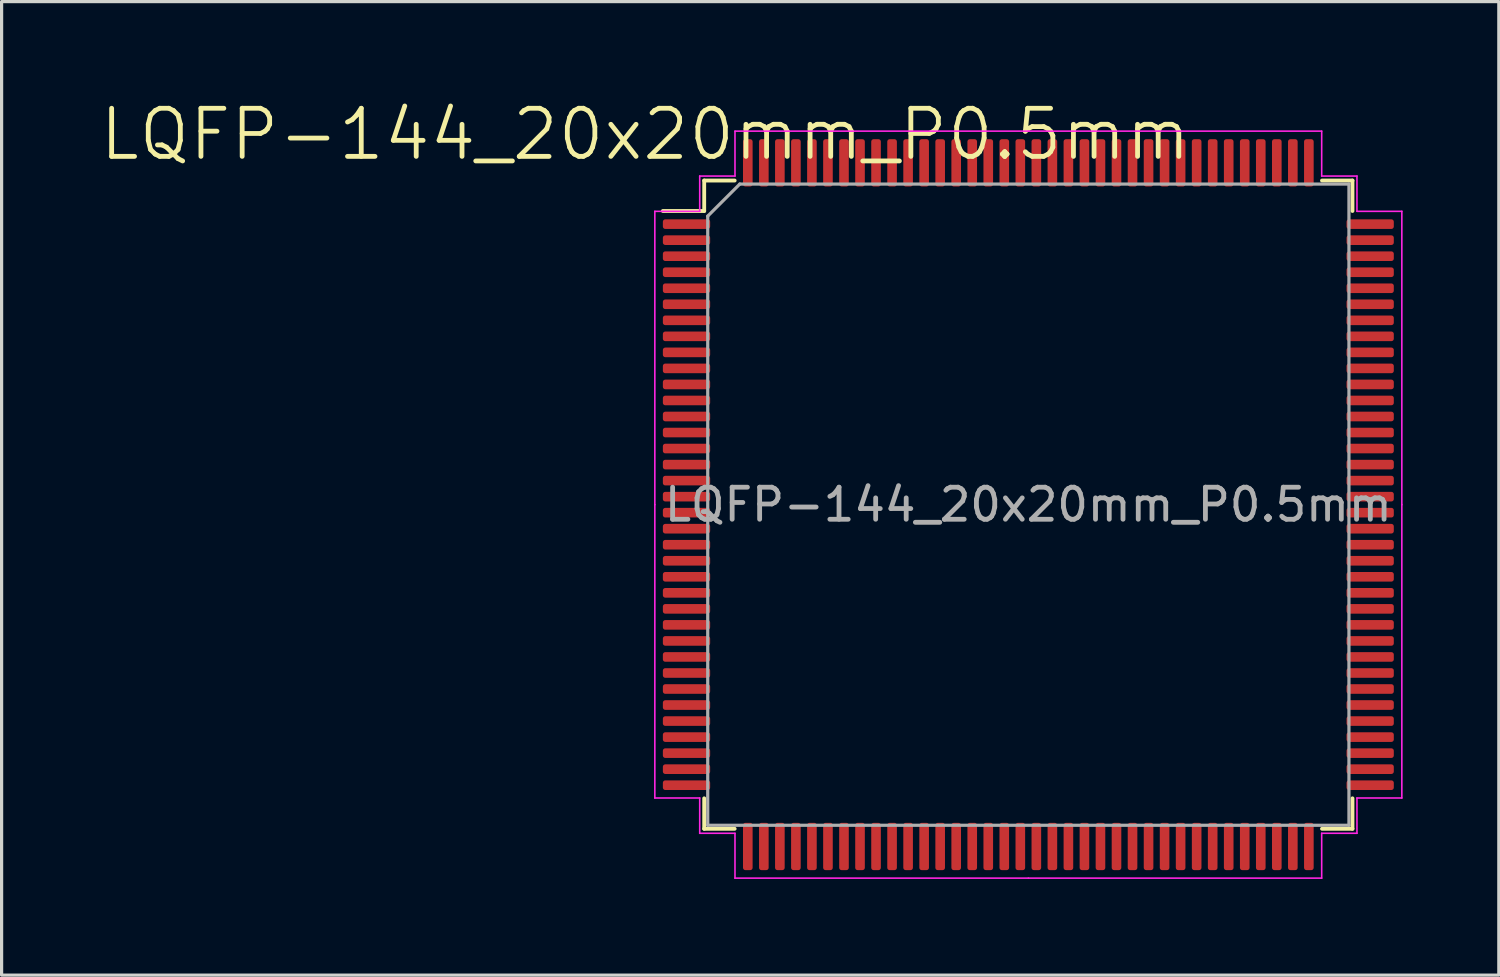
<source format=kicad_pcb>
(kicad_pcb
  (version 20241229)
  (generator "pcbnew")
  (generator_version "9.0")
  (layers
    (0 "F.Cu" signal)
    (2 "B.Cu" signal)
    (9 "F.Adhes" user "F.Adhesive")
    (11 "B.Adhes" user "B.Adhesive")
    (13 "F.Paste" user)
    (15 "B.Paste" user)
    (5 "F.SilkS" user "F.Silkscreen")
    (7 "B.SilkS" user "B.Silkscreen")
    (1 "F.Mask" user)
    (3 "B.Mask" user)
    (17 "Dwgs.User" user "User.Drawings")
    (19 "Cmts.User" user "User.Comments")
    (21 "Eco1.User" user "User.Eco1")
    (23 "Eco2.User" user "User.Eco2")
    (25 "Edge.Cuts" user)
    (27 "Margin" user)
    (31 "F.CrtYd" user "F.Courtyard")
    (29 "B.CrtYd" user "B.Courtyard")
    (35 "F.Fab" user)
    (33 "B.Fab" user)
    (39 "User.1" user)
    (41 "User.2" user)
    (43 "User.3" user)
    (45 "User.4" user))
  (footprint "LQFP-144_20x20mm_P0.5mm"
    (layer "F.Cu")
    (at 29.025 12.691)
    (property "Reference" "LQFP-144_20x20mm_P0.5mm" (at -11.95 -11.55 0) (layer "F.SilkS") (effects (font (size 1.5 1.5) (thickness 0.15))))
    (attr smd)
    (fp_line (start -11.4 -9.16) (end -10.11 -9.16) (stroke (width 0.12) (type solid)) (layer "F.SilkS"))
    (fp_line (start -10.11 -10.11) (end -9.16 -10.11) (stroke (width 0.12) (type solid)) (layer "F.SilkS"))
    (fp_line (start -10.11 -9.16) (end -10.11 -10.11) (stroke (width 0.12) (type solid)) (layer "F.SilkS"))
    (fp_line (start -10.11 9.16) (end -10.11 10.11) (stroke (width 0.12) (type solid)) (layer "F.SilkS"))
    (fp_line (start -10.11 10.11) (end -9.16 10.11) (stroke (width 0.12) (type solid)) (layer "F.SilkS"))
    (fp_line (start 10.11 -10.11) (end 9.16 -10.11) (stroke (width 0.12) (type solid)) (layer "F.SilkS"))
    (fp_line (start 10.11 -9.16) (end 10.11 -10.11) (stroke (width 0.12) (type solid)) (layer "F.SilkS"))
    (fp_line (start 10.11 9.16) (end 10.11 10.11) (stroke (width 0.12) (type solid)) (layer "F.SilkS"))
    (fp_line (start 10.11 10.11) (end 9.16 10.11) (stroke (width 0.12) (type solid)) (layer "F.SilkS"))
    (fp_line (start -11.65 -9.15) (end -10.25 -9.15) (stroke (width 0.05) (type solid)) (layer "F.CrtYd"))
    (fp_line (start -11.65 0) (end -11.65 -9.15) (stroke (width 0.05) (type solid)) (layer "F.CrtYd"))
    (fp_line (start -11.65 0) (end -11.65 9.15) (stroke (width 0.05) (type solid)) (layer "F.CrtYd"))
    (fp_line (start -11.65 9.15) (end -10.25 9.15) (stroke (width 0.05) (type solid)) (layer "F.CrtYd"))
    (fp_line (start -10.25 -10.25) (end -9.15 -10.25) (stroke (width 0.05) (type solid)) (layer "F.CrtYd"))
    (fp_line (start -10.25 -9.15) (end -10.25 -10.25) (stroke (width 0.05) (type solid)) (layer "F.CrtYd"))
    (fp_line (start -10.25 9.15) (end -10.25 10.25) (stroke (width 0.05) (type solid)) (layer "F.CrtYd"))
    (fp_line (start -10.25 10.25) (end -9.15 10.25) (stroke (width 0.05) (type solid)) (layer "F.CrtYd"))
    (fp_line (start -9.15 -11.65) (end 0 -11.65) (stroke (width 0.05) (type solid)) (layer "F.CrtYd"))
    (fp_line (start -9.15 -10.25) (end -9.15 -11.65) (stroke (width 0.05) (type solid)) (layer "F.CrtYd"))
    (fp_line (start -9.15 10.25) (end -9.15 11.65) (stroke (width 0.05) (type solid)) (layer "F.CrtYd"))
    (fp_line (start -9.15 11.65) (end 0 11.65) (stroke (width 0.05) (type solid)) (layer "F.CrtYd"))
    (fp_line (start 9.15 -11.65) (end 0 -11.65) (stroke (width 0.05) (type solid)) (layer "F.CrtYd"))
    (fp_line (start 9.15 -10.25) (end 9.15 -11.65) (stroke (width 0.05) (type solid)) (layer "F.CrtYd"))
    (fp_line (start 9.15 10.25) (end 9.15 11.65) (stroke (width 0.05) (type solid)) (layer "F.CrtYd"))
    (fp_line (start 9.15 11.65) (end 0 11.65) (stroke (width 0.05) (type solid)) (layer "F.CrtYd"))
    (fp_line (start 10.25 -10.25) (end 9.15 -10.25) (stroke (width 0.05) (type solid)) (layer "F.CrtYd"))
    (fp_line (start 10.25 -9.15) (end 10.25 -10.25) (stroke (width 0.05) (type solid)) (layer "F.CrtYd"))
    (fp_line (start 10.25 9.15) (end 10.25 10.25) (stroke (width 0.05) (type solid)) (layer "F.CrtYd"))
    (fp_line (start 10.25 10.25) (end 9.15 10.25) (stroke (width 0.05) (type solid)) (layer "F.CrtYd"))
    (fp_line (start 11.65 -9.15) (end 10.25 -9.15) (stroke (width 0.05) (type solid)) (layer "F.CrtYd"))
    (fp_line (start 11.65 0) (end 11.65 -9.15) (stroke (width 0.05) (type solid)) (layer "F.CrtYd"))
    (fp_line (start 11.65 0) (end 11.65 9.15) (stroke (width 0.05) (type solid)) (layer "F.CrtYd"))
    (fp_line (start 11.65 9.15) (end 10.25 9.15) (stroke (width 0.05) (type solid)) (layer "F.CrtYd"))
    (fp_line (start -10 -9) (end -10 10) (stroke (width 0.1) (type solid)) (layer "F.Fab"))
    (fp_line (start -10 10) (end 10 10) (stroke (width 0.1) (type solid)) (layer "F.Fab"))
    (fp_line (start -9 -10) (end -10 -9) (stroke (width 0.1) (type solid)) (layer "F.Fab"))
    (fp_line (start 10 -10) (end -9 -10) (stroke (width 0.1) (type solid)) (layer "F.Fab"))
    (fp_line (start 10 10) (end 10 -10) (stroke (width 0.1) (type solid)) (layer "F.Fab"))
    (fp_text user "${REFERENCE}" (at 0 0 0) (layer "F.Fab") (effects (font (size 1 1) (thickness 0.15))))
    (pad "1" smd roundrect (at -10.662 -8.75 180) (size 1.475 0.3) (layers "F.Cu" "F.Mask" "F.Paste") (roundrect_rratio 0.25))
    (pad "2" smd roundrect (at -10.662 -8.25 180) (size 1.475 0.3) (layers "F.Cu" "F.Mask" "F.Paste") (roundrect_rratio 0.25))
    (pad "3" smd roundrect (at -10.662 -7.75 180) (size 1.475 0.3) (layers "F.Cu" "F.Mask" "F.Paste") (roundrect_rratio 0.25))
    (pad "4" smd roundrect (at -10.662 -7.25 180) (size 1.475 0.3) (layers "F.Cu" "F.Mask" "F.Paste") (roundrect_rratio 0.25))
    (pad "5" smd roundrect (at -10.662 -6.75 180) (size 1.475 0.3) (layers "F.Cu" "F.Mask" "F.Paste") (roundrect_rratio 0.25))
    (pad "6" smd roundrect (at -10.662 -6.25 180) (size 1.475 0.3) (layers "F.Cu" "F.Mask" "F.Paste") (roundrect_rratio 0.25))
    (pad "7" smd roundrect (at -10.662 -5.75 180) (size 1.475 0.3) (layers "F.Cu" "F.Mask" "F.Paste") (roundrect_rratio 0.25))
    (pad "8" smd roundrect (at -10.662 -5.25 180) (size 1.475 0.3) (layers "F.Cu" "F.Mask" "F.Paste") (roundrect_rratio 0.25))
    (pad "9" smd roundrect (at -10.662 -4.75 180) (size 1.475 0.3) (layers "F.Cu" "F.Mask" "F.Paste") (roundrect_rratio 0.25))
    (pad "10" smd roundrect (at -10.662 -4.25 180) (size 1.475 0.3) (layers "F.Cu" "F.Mask" "F.Paste") (roundrect_rratio 0.25))
    (pad "11" smd roundrect (at -10.662 -3.75 180) (size 1.475 0.3) (layers "F.Cu" "F.Mask" "F.Paste") (roundrect_rratio 0.25))
    (pad "12" smd roundrect (at -10.662 -3.25 180) (size 1.475 0.3) (layers "F.Cu" "F.Mask" "F.Paste") (roundrect_rratio 0.25))
    (pad "13" smd roundrect (at -10.662 -2.75 180) (size 1.475 0.3) (layers "F.Cu" "F.Mask" "F.Paste") (roundrect_rratio 0.25))
    (pad "14" smd roundrect (at -10.662 -2.25 180) (size 1.475 0.3) (layers "F.Cu" "F.Mask" "F.Paste") (roundrect_rratio 0.25))
    (pad "15" smd roundrect (at -10.662 -1.75 180) (size 1.475 0.3) (layers "F.Cu" "F.Mask" "F.Paste") (roundrect_rratio 0.25))
    (pad "16" smd roundrect (at -10.662 -1.25 180) (size 1.475 0.3) (layers "F.Cu" "F.Mask" "F.Paste") (roundrect_rratio 0.25))
    (pad "17" smd roundrect (at -10.662 -0.75 180) (size 1.475 0.3) (layers "F.Cu" "F.Mask" "F.Paste") (roundrect_rratio 0.25))
    (pad "18" smd roundrect (at -10.662 -0.25 180) (size 1.475 0.3) (layers "F.Cu" "F.Mask" "F.Paste") (roundrect_rratio 0.25))
    (pad "19" smd roundrect (at -10.662 0.25 180) (size 1.475 0.3) (layers "F.Cu" "F.Mask" "F.Paste") (roundrect_rratio 0.25))
    (pad "20" smd roundrect (at -10.662 0.75 180) (size 1.475 0.3) (layers "F.Cu" "F.Mask" "F.Paste") (roundrect_rratio 0.25))
    (pad "21" smd roundrect (at -10.662 1.25 180) (size 1.475 0.3) (layers "F.Cu" "F.Mask" "F.Paste") (roundrect_rratio 0.25))
    (pad "22" smd roundrect (at -10.662 1.75 180) (size 1.475 0.3) (layers "F.Cu" "F.Mask" "F.Paste") (roundrect_rratio 0.25))
    (pad "23" smd roundrect (at -10.662 2.25 180) (size 1.475 0.3) (layers "F.Cu" "F.Mask" "F.Paste") (roundrect_rratio 0.25))
    (pad "24" smd roundrect (at -10.662 2.75 180) (size 1.475 0.3) (layers "F.Cu" "F.Mask" "F.Paste") (roundrect_rratio 0.25))
    (pad "25" smd roundrect (at -10.662 3.25 180) (size 1.475 0.3) (layers "F.Cu" "F.Mask" "F.Paste") (roundrect_rratio 0.25))
    (pad "26" smd roundrect (at -10.662 3.75 180) (size 1.475 0.3) (layers "F.Cu" "F.Mask" "F.Paste") (roundrect_rratio 0.25))
    (pad "27" smd roundrect (at -10.662 4.25 180) (size 1.475 0.3) (layers "F.Cu" "F.Mask" "F.Paste") (roundrect_rratio 0.25))
    (pad "28" smd roundrect (at -10.662 4.75 180) (size 1.475 0.3) (layers "F.Cu" "F.Mask" "F.Paste") (roundrect_rratio 0.25))
    (pad "29" smd roundrect (at -10.662 5.25 180) (size 1.475 0.3) (layers "F.Cu" "F.Mask" "F.Paste") (roundrect_rratio 0.25))
    (pad "30" smd roundrect (at -10.662 5.75 180) (size 1.475 0.3) (layers "F.Cu" "F.Mask" "F.Paste") (roundrect_rratio 0.25))
    (pad "31" smd roundrect (at -10.662 6.25 180) (size 1.475 0.3) (layers "F.Cu" "F.Mask" "F.Paste") (roundrect_rratio 0.25))
    (pad "32" smd roundrect (at -10.662 6.75 180) (size 1.475 0.3) (layers "F.Cu" "F.Mask" "F.Paste") (roundrect_rratio 0.25))
    (pad "33" smd roundrect (at -10.662 7.25 180) (size 1.475 0.3) (layers "F.Cu" "F.Mask" "F.Paste") (roundrect_rratio 0.25))
    (pad "34" smd roundrect (at -10.662 7.75 180) (size 1.475 0.3) (layers "F.Cu" "F.Mask" "F.Paste") (roundrect_rratio 0.25))
    (pad "35" smd roundrect (at -10.662 8.25 180) (size 1.475 0.3) (layers "F.Cu" "F.Mask" "F.Paste") (roundrect_rratio 0.25))
    (pad "36" smd roundrect (at -10.662 8.75 180) (size 1.475 0.3) (layers "F.Cu" "F.Mask" "F.Paste") (roundrect_rratio 0.25))
    (pad "37" smd roundrect (at -8.75 10.662 180) (size 0.3 1.475) (layers "F.Cu" "F.Mask" "F.Paste") (roundrect_rratio 0.25))
    (pad "38" smd roundrect (at -8.25 10.662 180) (size 0.3 1.475) (layers "F.Cu" "F.Mask" "F.Paste") (roundrect_rratio 0.25))
    (pad "39" smd roundrect (at -7.75 10.662 180) (size 0.3 1.475) (layers "F.Cu" "F.Mask" "F.Paste") (roundrect_rratio 0.25))
    (pad "40" smd roundrect (at -7.25 10.662 180) (size 0.3 1.475) (layers "F.Cu" "F.Mask" "F.Paste") (roundrect_rratio 0.25))
    (pad "41" smd roundrect (at -6.75 10.662 180) (size 0.3 1.475) (layers "F.Cu" "F.Mask" "F.Paste") (roundrect_rratio 0.25))
    (pad "42" smd roundrect (at -6.25 10.662 180) (size 0.3 1.475) (layers "F.Cu" "F.Mask" "F.Paste") (roundrect_rratio 0.25))
    (pad "43" smd roundrect (at -5.75 10.662 180) (size 0.3 1.475) (layers "F.Cu" "F.Mask" "F.Paste") (roundrect_rratio 0.25))
    (pad "44" smd roundrect (at -5.25 10.662 180) (size 0.3 1.475) (layers "F.Cu" "F.Mask" "F.Paste") (roundrect_rratio 0.25))
    (pad "45" smd roundrect (at -4.75 10.662 180) (size 0.3 1.475) (layers "F.Cu" "F.Mask" "F.Paste") (roundrect_rratio 0.25))
    (pad "46" smd roundrect (at -4.25 10.662 180) (size 0.3 1.475) (layers "F.Cu" "F.Mask" "F.Paste") (roundrect_rratio 0.25))
    (pad "47" smd roundrect (at -3.75 10.662 180) (size 0.3 1.475) (layers "F.Cu" "F.Mask" "F.Paste") (roundrect_rratio 0.25))
    (pad "48" smd roundrect (at -3.25 10.662 180) (size 0.3 1.475) (layers "F.Cu" "F.Mask" "F.Paste") (roundrect_rratio 0.25))
    (pad "49" smd roundrect (at -2.75 10.662 180) (size 0.3 1.475) (layers "F.Cu" "F.Mask" "F.Paste") (roundrect_rratio 0.25))
    (pad "50" smd roundrect (at -2.25 10.662 180) (size 0.3 1.475) (layers "F.Cu" "F.Mask" "F.Paste") (roundrect_rratio 0.25))
    (pad "51" smd roundrect (at -1.75 10.662 180) (size 0.3 1.475) (layers "F.Cu" "F.Mask" "F.Paste") (roundrect_rratio 0.25))
    (pad "52" smd roundrect (at -1.25 10.662 180) (size 0.3 1.475) (layers "F.Cu" "F.Mask" "F.Paste") (roundrect_rratio 0.25))
    (pad "53" smd roundrect (at -0.75 10.662 180) (size 0.3 1.475) (layers "F.Cu" "F.Mask" "F.Paste") (roundrect_rratio 0.25))
    (pad "54" smd roundrect (at -0.25 10.662 180) (size 0.3 1.475) (layers "F.Cu" "F.Mask" "F.Paste") (roundrect_rratio 0.25))
    (pad "55" smd roundrect (at 0.25 10.662 180) (size 0.3 1.475) (layers "F.Cu" "F.Mask" "F.Paste") (roundrect_rratio 0.25))
    (pad "56" smd roundrect (at 0.75 10.662 180) (size 0.3 1.475) (layers "F.Cu" "F.Mask" "F.Paste") (roundrect_rratio 0.25))
    (pad "57" smd roundrect (at 1.25 10.662 180) (size 0.3 1.475) (layers "F.Cu" "F.Mask" "F.Paste") (roundrect_rratio 0.25))
    (pad "58" smd roundrect (at 1.75 10.662 180) (size 0.3 1.475) (layers "F.Cu" "F.Mask" "F.Paste") (roundrect_rratio 0.25))
    (pad "59" smd roundrect (at 2.25 10.662 180) (size 0.3 1.475) (layers "F.Cu" "F.Mask" "F.Paste") (roundrect_rratio 0.25))
    (pad "60" smd roundrect (at 2.75 10.662 180) (size 0.3 1.475) (layers "F.Cu" "F.Mask" "F.Paste") (roundrect_rratio 0.25))
    (pad "61" smd roundrect (at 3.25 10.662 180) (size 0.3 1.475) (layers "F.Cu" "F.Mask" "F.Paste") (roundrect_rratio 0.25))
    (pad "62" smd roundrect (at 3.75 10.662 180) (size 0.3 1.475) (layers "F.Cu" "F.Mask" "F.Paste") (roundrect_rratio 0.25))
    (pad "63" smd roundrect (at 4.25 10.662 180) (size 0.3 1.475) (layers "F.Cu" "F.Mask" "F.Paste") (roundrect_rratio 0.25))
    (pad "64" smd roundrect (at 4.75 10.662 180) (size 0.3 1.475) (layers "F.Cu" "F.Mask" "F.Paste") (roundrect_rratio 0.25))
    (pad "65" smd roundrect (at 5.25 10.662 180) (size 0.3 1.475) (layers "F.Cu" "F.Mask" "F.Paste") (roundrect_rratio 0.25))
    (pad "66" smd roundrect (at 5.75 10.662 180) (size 0.3 1.475) (layers "F.Cu" "F.Mask" "F.Paste") (roundrect_rratio 0.25))
    (pad "67" smd roundrect (at 6.25 10.662 180) (size 0.3 1.475) (layers "F.Cu" "F.Mask" "F.Paste") (roundrect_rratio 0.25))
    (pad "68" smd roundrect (at 6.75 10.662 180) (size 0.3 1.475) (layers "F.Cu" "F.Mask" "F.Paste") (roundrect_rratio 0.25))
    (pad "69" smd roundrect (at 7.25 10.662 180) (size 0.3 1.475) (layers "F.Cu" "F.Mask" "F.Paste") (roundrect_rratio 0.25))
    (pad "70" smd roundrect (at 7.75 10.662 180) (size 0.3 1.475) (layers "F.Cu" "F.Mask" "F.Paste") (roundrect_rratio 0.25))
    (pad "71" smd roundrect (at 8.25 10.662 180) (size 0.3 1.475) (layers "F.Cu" "F.Mask" "F.Paste") (roundrect_rratio 0.25))
    (pad "72" smd roundrect (at 8.75 10.662 180) (size 0.3 1.475) (layers "F.Cu" "F.Mask" "F.Paste") (roundrect_rratio 0.25))
    (pad "73" smd roundrect (at 10.662 8.75 180) (size 1.475 0.3) (layers "F.Cu" "F.Mask" "F.Paste") (roundrect_rratio 0.25))
    (pad "74" smd roundrect (at 10.662 8.25 180) (size 1.475 0.3) (layers "F.Cu" "F.Mask" "F.Paste") (roundrect_rratio 0.25))
    (pad "75" smd roundrect (at 10.662 7.75 180) (size 1.475 0.3) (layers "F.Cu" "F.Mask" "F.Paste") (roundrect_rratio 0.25))
    (pad "76" smd roundrect (at 10.662 7.25 180) (size 1.475 0.3) (layers "F.Cu" "F.Mask" "F.Paste") (roundrect_rratio 0.25))
    (pad "77" smd roundrect (at 10.662 6.75 180) (size 1.475 0.3) (layers "F.Cu" "F.Mask" "F.Paste") (roundrect_rratio 0.25))
    (pad "78" smd roundrect (at 10.662 6.25 180) (size 1.475 0.3) (layers "F.Cu" "F.Mask" "F.Paste") (roundrect_rratio 0.25))
    (pad "79" smd roundrect (at 10.662 5.75 180) (size 1.475 0.3) (layers "F.Cu" "F.Mask" "F.Paste") (roundrect_rratio 0.25))
    (pad "80" smd roundrect (at 10.662 5.25 180) (size 1.475 0.3) (layers "F.Cu" "F.Mask" "F.Paste") (roundrect_rratio 0.25))
    (pad "81" smd roundrect (at 10.662 4.75 180) (size 1.475 0.3) (layers "F.Cu" "F.Mask" "F.Paste") (roundrect_rratio 0.25))
    (pad "82" smd roundrect (at 10.662 4.25 180) (size 1.475 0.3) (layers "F.Cu" "F.Mask" "F.Paste") (roundrect_rratio 0.25))
    (pad "83" smd roundrect (at 10.662 3.75 180) (size 1.475 0.3) (layers "F.Cu" "F.Mask" "F.Paste") (roundrect_rratio 0.25))
    (pad "84" smd roundrect (at 10.662 3.25 180) (size 1.475 0.3) (layers "F.Cu" "F.Mask" "F.Paste") (roundrect_rratio 0.25))
    (pad "85" smd roundrect (at 10.662 2.75 180) (size 1.475 0.3) (layers "F.Cu" "F.Mask" "F.Paste") (roundrect_rratio 0.25))
    (pad "86" smd roundrect (at 10.662 2.25 180) (size 1.475 0.3) (layers "F.Cu" "F.Mask" "F.Paste") (roundrect_rratio 0.25))
    (pad "87" smd roundrect (at 10.662 1.75 180) (size 1.475 0.3) (layers "F.Cu" "F.Mask" "F.Paste") (roundrect_rratio 0.25))
    (pad "88" smd roundrect (at 10.662 1.25 180) (size 1.475 0.3) (layers "F.Cu" "F.Mask" "F.Paste") (roundrect_rratio 0.25))
    (pad "89" smd roundrect (at 10.662 0.75 180) (size 1.475 0.3) (layers "F.Cu" "F.Mask" "F.Paste") (roundrect_rratio 0.25))
    (pad "90" smd roundrect (at 10.662 0.25 180) (size 1.475 0.3) (layers "F.Cu" "F.Mask" "F.Paste") (roundrect_rratio 0.25))
    (pad "91" smd roundrect (at 10.662 -0.25 180) (size 1.475 0.3) (layers "F.Cu" "F.Mask" "F.Paste") (roundrect_rratio 0.25))
    (pad "92" smd roundrect (at 10.662 -0.75 180) (size 1.475 0.3) (layers "F.Cu" "F.Mask" "F.Paste") (roundrect_rratio 0.25))
    (pad "93" smd roundrect (at 10.662 -1.25 180) (size 1.475 0.3) (layers "F.Cu" "F.Mask" "F.Paste") (roundrect_rratio 0.25))
    (pad "94" smd roundrect (at 10.662 -1.75 180) (size 1.475 0.3) (layers "F.Cu" "F.Mask" "F.Paste") (roundrect_rratio 0.25))
    (pad "95" smd roundrect (at 10.662 -2.25 180) (size 1.475 0.3) (layers "F.Cu" "F.Mask" "F.Paste") (roundrect_rratio 0.25))
    (pad "96" smd roundrect (at 10.662 -2.75 180) (size 1.475 0.3) (layers "F.Cu" "F.Mask" "F.Paste") (roundrect_rratio 0.25))
    (pad "97" smd roundrect (at 10.662 -3.25 180) (size 1.475 0.3) (layers "F.Cu" "F.Mask" "F.Paste") (roundrect_rratio 0.25))
    (pad "98" smd roundrect (at 10.662 -3.75 180) (size 1.475 0.3) (layers "F.Cu" "F.Mask" "F.Paste") (roundrect_rratio 0.25))
    (pad "99" smd roundrect (at 10.662 -4.25 180) (size 1.475 0.3) (layers "F.Cu" "F.Mask" "F.Paste") (roundrect_rratio 0.25))
    (pad "100" smd roundrect (at 10.662 -4.75 180) (size 1.475 0.3) (layers "F.Cu" "F.Mask" "F.Paste") (roundrect_rratio 0.25))
    (pad "101" smd roundrect (at 10.662 -5.25 180) (size 1.475 0.3) (layers "F.Cu" "F.Mask" "F.Paste") (roundrect_rratio 0.25))
    (pad "102" smd roundrect (at 10.662 -5.75 180) (size 1.475 0.3) (layers "F.Cu" "F.Mask" "F.Paste") (roundrect_rratio 0.25))
    (pad "103" smd roundrect (at 10.662 -6.25 180) (size 1.475 0.3) (layers "F.Cu" "F.Mask" "F.Paste") (roundrect_rratio 0.25))
    (pad "104" smd roundrect (at 10.662 -6.75 180) (size 1.475 0.3) (layers "F.Cu" "F.Mask" "F.Paste") (roundrect_rratio 0.25))
    (pad "105" smd roundrect (at 10.662 -7.25 180) (size 1.475 0.3) (layers "F.Cu" "F.Mask" "F.Paste") (roundrect_rratio 0.25))
    (pad "106" smd roundrect (at 10.662 -7.75 180) (size 1.475 0.3) (layers "F.Cu" "F.Mask" "F.Paste") (roundrect_rratio 0.25))
    (pad "107" smd roundrect (at 10.662 -8.25 180) (size 1.475 0.3) (layers "F.Cu" "F.Mask" "F.Paste") (roundrect_rratio 0.25))
    (pad "108" smd roundrect (at 10.662 -8.75 180) (size 1.475 0.3) (layers "F.Cu" "F.Mask" "F.Paste") (roundrect_rratio 0.25))
    (pad "109" smd roundrect (at 8.75 -10.662 180) (size 0.3 1.475) (layers "F.Cu" "F.Mask" "F.Paste") (roundrect_rratio 0.25))
    (pad "110" smd roundrect (at 8.25 -10.662 180) (size 0.3 1.475) (layers "F.Cu" "F.Mask" "F.Paste") (roundrect_rratio 0.25))
    (pad "111" smd roundrect (at 7.75 -10.662 180) (size 0.3 1.475) (layers "F.Cu" "F.Mask" "F.Paste") (roundrect_rratio 0.25))
    (pad "112" smd roundrect (at 7.25 -10.662 180) (size 0.3 1.475) (layers "F.Cu" "F.Mask" "F.Paste") (roundrect_rratio 0.25))
    (pad "113" smd roundrect (at 6.75 -10.662 180) (size 0.3 1.475) (layers "F.Cu" "F.Mask" "F.Paste") (roundrect_rratio 0.25))
    (pad "114" smd roundrect (at 6.25 -10.662 180) (size 0.3 1.475) (layers "F.Cu" "F.Mask" "F.Paste") (roundrect_rratio 0.25))
    (pad "115" smd roundrect (at 5.75 -10.662 180) (size 0.3 1.475) (layers "F.Cu" "F.Mask" "F.Paste") (roundrect_rratio 0.25))
    (pad "116" smd roundrect (at 5.25 -10.662 180) (size 0.3 1.475) (layers "F.Cu" "F.Mask" "F.Paste") (roundrect_rratio 0.25))
    (pad "117" smd roundrect (at 4.75 -10.662 180) (size 0.3 1.475) (layers "F.Cu" "F.Mask" "F.Paste") (roundrect_rratio 0.25))
    (pad "118" smd roundrect (at 4.25 -10.662 180) (size 0.3 1.475) (layers "F.Cu" "F.Mask" "F.Paste") (roundrect_rratio 0.25))
    (pad "119" smd roundrect (at 3.75 -10.662 180) (size 0.3 1.475) (layers "F.Cu" "F.Mask" "F.Paste") (roundrect_rratio 0.25))
    (pad "120" smd roundrect (at 3.25 -10.662 180) (size 0.3 1.475) (layers "F.Cu" "F.Mask" "F.Paste") (roundrect_rratio 0.25))
    (pad "121" smd roundrect (at 2.75 -10.662 180) (size 0.3 1.475) (layers "F.Cu" "F.Mask" "F.Paste") (roundrect_rratio 0.25))
    (pad "122" smd roundrect (at 2.25 -10.662 180) (size 0.3 1.475) (layers "F.Cu" "F.Mask" "F.Paste") (roundrect_rratio 0.25))
    (pad "123" smd roundrect (at 1.75 -10.662 180) (size 0.3 1.475) (layers "F.Cu" "F.Mask" "F.Paste") (roundrect_rratio 0.25))
    (pad "124" smd roundrect (at 1.25 -10.662 180) (size 0.3 1.475) (layers "F.Cu" "F.Mask" "F.Paste") (roundrect_rratio 0.25))
    (pad "125" smd roundrect (at 0.75 -10.662 180) (size 0.3 1.475) (layers "F.Cu" "F.Mask" "F.Paste") (roundrect_rratio 0.25))
    (pad "126" smd roundrect (at 0.25 -10.662 180) (size 0.3 1.475) (layers "F.Cu" "F.Mask" "F.Paste") (roundrect_rratio 0.25))
    (pad "127" smd roundrect (at -0.25 -10.662 180) (size 0.3 1.475) (layers "F.Cu" "F.Mask" "F.Paste") (roundrect_rratio 0.25))
    (pad "128" smd roundrect (at -0.75 -10.662 180) (size 0.3 1.475) (layers "F.Cu" "F.Mask" "F.Paste") (roundrect_rratio 0.25))
    (pad "129" smd roundrect (at -1.25 -10.662 180) (size 0.3 1.475) (layers "F.Cu" "F.Mask" "F.Paste") (roundrect_rratio 0.25))
    (pad "130" smd roundrect (at -1.75 -10.662 180) (size 0.3 1.475) (layers "F.Cu" "F.Mask" "F.Paste") (roundrect_rratio 0.25))
    (pad "131" smd roundrect (at -2.25 -10.662 180) (size 0.3 1.475) (layers "F.Cu" "F.Mask" "F.Paste") (roundrect_rratio 0.25))
    (pad "132" smd roundrect (at -2.75 -10.662 180) (size 0.3 1.475) (layers "F.Cu" "F.Mask" "F.Paste") (roundrect_rratio 0.25))
    (pad "133" smd roundrect (at -3.25 -10.662 180) (size 0.3 1.475) (layers "F.Cu" "F.Mask" "F.Paste") (roundrect_rratio 0.25))
    (pad "134" smd roundrect (at -3.75 -10.662 180) (size 0.3 1.475) (layers "F.Cu" "F.Mask" "F.Paste") (roundrect_rratio 0.25))
    (pad "135" smd roundrect (at -4.25 -10.662 180) (size 0.3 1.475) (layers "F.Cu" "F.Mask" "F.Paste") (roundrect_rratio 0.25))
    (pad "136" smd roundrect (at -4.75 -10.662 180) (size 0.3 1.475) (layers "F.Cu" "F.Mask" "F.Paste") (roundrect_rratio 0.25))
    (pad "137" smd roundrect (at -5.25 -10.662 180) (size 0.3 1.475) (layers "F.Cu" "F.Mask" "F.Paste") (roundrect_rratio 0.25))
    (pad "138" smd roundrect (at -5.75 -10.662 180) (size 0.3 1.475) (layers "F.Cu" "F.Mask" "F.Paste") (roundrect_rratio 0.25))
    (pad "139" smd roundrect (at -6.25 -10.662 180) (size 0.3 1.475) (layers "F.Cu" "F.Mask" "F.Paste") (roundrect_rratio 0.25))
    (pad "140" smd roundrect (at -6.75 -10.662 180) (size 0.3 1.475) (layers "F.Cu" "F.Mask" "F.Paste") (roundrect_rratio 0.25))
    (pad "141" smd roundrect (at -7.25 -10.662 180) (size 0.3 1.475) (layers "F.Cu" "F.Mask" "F.Paste") (roundrect_rratio 0.25))
    (pad "142" smd roundrect (at -7.75 -10.662 180) (size 0.3 1.475) (layers "F.Cu" "F.Mask" "F.Paste") (roundrect_rratio 0.25))
    (pad "143" smd roundrect (at -8.25 -10.662 180) (size 0.3 1.475) (layers "F.Cu" "F.Mask" "F.Paste") (roundrect_rratio 0.25))
    (pad "144" smd roundrect (at -8.75 -10.662 180) (size 0.3 1.475) (layers "F.Cu" "F.Mask" "F.Paste") (roundrect_rratio 0.25)))
  (gr_rect
    (start -3 -3)
    (end 43.7 27.366)
    (stroke (width 0.1) (type default))
    (fill no)
    (layer "Edge.Cuts")))
</source>
